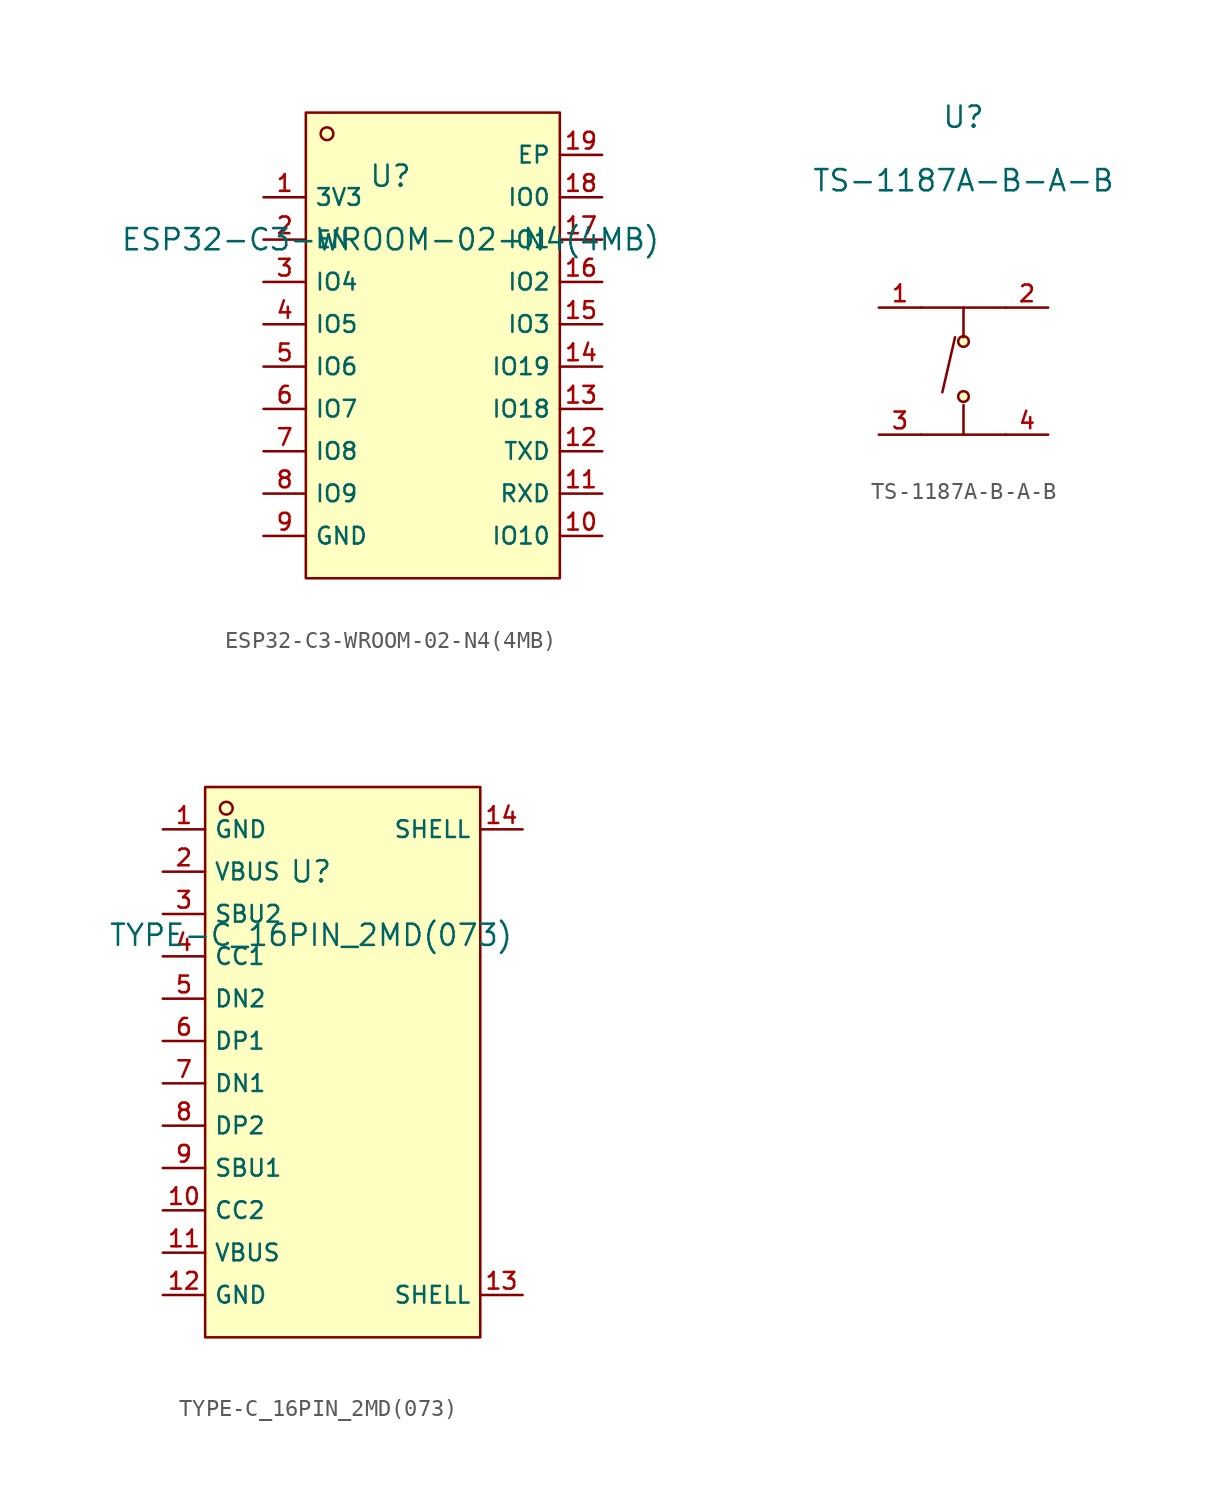
<source format=kicad_sym>
(kicad_symbol_lib
  (version 20211014)
  (generator kicad_symbol_editor)
  (symbol "ESP32-C3-WROOM-02-N4(4MB)"
    (property "Reference" "U"
      (at 0 1.27 0)
      (effects (font (size 1.27 1.27))))
    (property "Value" "ESP32-C3-WROOM-02-N4(4MB)"
      (at 0 -2.54 0)
      (effects (font (size 1.27 1.27))))
    (symbol "ESP32-C3-WROOM-02-N4(4MB)_0_0"
      (rectangle (start -5.08 5.08) (end 10.16 -22.86) (stroke (width 0) (type default) (color 0 0 0 0)) (fill (type background)))
      (circle (center -3.81 3.81) (radius 0.381) (stroke (width 0) (type default) (color 0 0 0 0)) (fill (type background)))
      (pin unspecified line (at -7.62 0 0) (length 2.54) (name "3V3" (effects (font (size 1 1)))) (number "1" (effects (font (size 1 1)))))
      (pin unspecified line (at 12.7 -20.32 180) (length 2.54) (name "IO10" (effects (font (size 1 1)))) (number "10" (effects (font (size 1 1)))))
      (pin unspecified line (at 12.7 -17.78 180) (length 2.54) (name "RXD" (effects (font (size 1 1)))) (number "11" (effects (font (size 1 1)))))
      (pin unspecified line (at 12.7 -15.24 180) (length 2.54) (name "TXD" (effects (font (size 1 1)))) (number "12" (effects (font (size 1 1)))))
      (pin unspecified line (at 12.7 -12.7 180) (length 2.54) (name "IO18" (effects (font (size 1 1)))) (number "13" (effects (font (size 1 1)))))
      (pin unspecified line (at 12.7 -10.16 180) (length 2.54) (name "IO19" (effects (font (size 1 1)))) (number "14" (effects (font (size 1 1)))))
      (pin unspecified line (at 12.7 -7.62 180) (length 2.54) (name "IO3" (effects (font (size 1 1)))) (number "15" (effects (font (size 1 1)))))
      (pin unspecified line (at 12.7 -5.08 180) (length 2.54) (name "IO2" (effects (font (size 1 1)))) (number "16" (effects (font (size 1 1)))))
      (pin unspecified line (at 12.7 -2.54 180) (length 2.54) (name "IO1" (effects (font (size 1 1)))) (number "17" (effects (font (size 1 1)))))
      (pin unspecified line (at 12.7 0 180) (length 2.54) (name "IO0" (effects (font (size 1 1)))) (number "18" (effects (font (size 1 1)))))
      (pin unspecified line (at 12.7 2.54 180) (length 2.54) (name "EP" (effects (font (size 1 1)))) (number "19" (effects (font (size 1 1)))))
      (pin unspecified line (at -7.62 -2.54 0) (length 2.54) (name "EN" (effects (font (size 1 1)))) (number "2" (effects (font (size 1 1)))))
      (pin unspecified line (at -7.62 -5.08 0) (length 2.54) (name "IO4" (effects (font (size 1 1)))) (number "3" (effects (font (size 1 1)))))
      (pin unspecified line (at -7.62 -7.62 0) (length 2.54) (name "IO5" (effects (font (size 1 1)))) (number "4" (effects (font (size 1 1)))))
      (pin unspecified line (at -7.62 -10.16 0) (length 2.54) (name "IO6" (effects (font (size 1 1)))) (number "5" (effects (font (size 1 1)))))
      (pin unspecified line (at -7.62 -12.7 0) (length 2.54) (name "IO7" (effects (font (size 1 1)))) (number "6" (effects (font (size 1 1)))))
      (pin unspecified line (at -7.62 -15.24 0) (length 2.54) (name "IO8" (effects (font (size 1 1)))) (number "7" (effects (font (size 1 1)))))
      (pin unspecified line (at -7.62 -17.78 0) (length 2.54) (name "IO9" (effects (font (size 1 1)))) (number "8" (effects (font (size 1 1)))))
      (pin unspecified line (at -7.62 -20.32 0) (length 2.54) (name "GND" (effects (font (size 1 1)))) (number "9" (effects (font (size 1 1)))))))
  (symbol "TS-1187A-B-A-B"
    (pin_names hide)
    (property "Reference" "U"
      (at 0 1.27 0)
      (effects (font (size 1.27 1.27))))
    (property "Value" "TS-1187A-B-A-B"
      (at 0 -2.54 0)
      (effects (font (size 1.27 1.27))))
    (symbol "TS-1187A-B-A-B_0_0"
      (polyline (pts (xy -2.54 -17.78) (xy 2.54 -17.78)) (stroke (width 0) (type default) (color 0 0 0 0)) (fill (type none)))
      (polyline (pts (xy -2.54 -10.16) (xy 2.54 -10.16)) (stroke (width 0) (type default) (color 0 0 0 0)) (fill (type none)))
      (circle (center 0.0 -12.192) (radius 0.318) (stroke (width 0) (type default) (color 0 0 0 0)) (fill (type background)))
      (circle (center 0.0 -15.494) (radius 0.318) (stroke (width 0) (type default) (color 0 0 0 0)) (fill (type background)))
      (polyline (pts (xy 0.0 -11.938) (xy 0.0 -10.16)) (stroke (width 0) (type default) (color 0 0 0 0)) (fill (type none)))
      (polyline (pts (xy 0.0 -16.002) (xy 0.0 -17.78)) (stroke (width 0) (type default) (color 0 0 0 0)) (fill (type none)))
      (polyline (pts (xy -0.508 -11.938) (xy -1.27 -15.24)) (stroke (width 0) (type default) (color 0 0 0 0)) (fill (type none)))
      (pin unspecified line (at 5.08 -10.16 180) (length 2.54) (name "B" (effects (font (size 1 1)))) (number "2" (effects (font (size 1 1)))))
      (pin unspecified line (at -5.08 -10.16 0) (length 2.54) (name "A" (effects (font (size 1 1)))) (number "1" (effects (font (size 1 1)))))
      (pin unspecified line (at 5.08 -17.78 180) (length 2.54) (name "D" (effects (font (size 1 1)))) (number "4" (effects (font (size 1 1)))))
      (pin unspecified line (at -5.08 -17.78 0) (length 2.54) (name "C" (effects (font (size 1 1)))) (number "3" (effects (font (size 1 1)))))))
  (symbol "TYPE-C_16PIN_2MD(073)"
    (property "Reference" "U"
      (at 0 1.27 0)
      (effects (font (size 1.27 1.27))))
    (property "Value" "TYPE-C_16PIN_2MD(073)"
      (at 0 -2.54 0)
      (effects (font (size 1.27 1.27))))
    (symbol "TYPE-C_16PIN_2MD(073)_0_0"
      (rectangle (start -6.35 6.35) (end 10.16 -26.67) (stroke (width 0) (type default) (color 0 0 0 0)) (fill (type background)))
      (circle (center -5.08 5.08) (radius 0.381) (stroke (width 0) (type default) (color 0 0 0 0)) (fill (type background)))
      (pin unspecified line (at -8.89 3.81 0) (length 2.54) (name "GND" (effects (font (size 1 1)))) (number "1" (effects (font (size 1 1)))))
      (pin unspecified line (at -8.89 -19.05 0) (length 2.54) (name "CC2" (effects (font (size 1 1)))) (number "10" (effects (font (size 1 1)))))
      (pin unspecified line (at -8.89 -21.59 0) (length 2.54) (name "VBUS" (effects (font (size 1 1)))) (number "11" (effects (font (size 1 1)))))
      (pin unspecified line (at -8.89 -24.13 0) (length 2.54) (name "GND" (effects (font (size 1 1)))) (number "12" (effects (font (size 1 1)))))
      (pin unspecified line (at 12.7 -24.13 180) (length 2.54) (name "SHELL" (effects (font (size 1 1)))) (number "13" (effects (font (size 1 1)))))
      (pin unspecified line (at 12.7 3.81 180) (length 2.54) (name "SHELL" (effects (font (size 1 1)))) (number "14" (effects (font (size 1 1)))))
      (pin unspecified line (at -8.89 1.27 0) (length 2.54) (name "VBUS" (effects (font (size 1 1)))) (number "2" (effects (font (size 1 1)))))
      (pin unspecified line (at -8.89 -1.27 0) (length 2.54) (name "SBU2" (effects (font (size 1 1)))) (number "3" (effects (font (size 1 1)))))
      (pin unspecified line (at -8.89 -3.81 0) (length 2.54) (name "CC1" (effects (font (size 1 1)))) (number "4" (effects (font (size 1 1)))))
      (pin unspecified line (at -8.89 -6.35 0) (length 2.54) (name "DN2" (effects (font (size 1 1)))) (number "5" (effects (font (size 1 1)))))
      (pin unspecified line (at -8.89 -8.89 0) (length 2.54) (name "DP1" (effects (font (size 1 1)))) (number "6" (effects (font (size 1 1)))))
      (pin unspecified line (at -8.89 -11.43 0) (length 2.54) (name "DN1" (effects (font (size 1 1)))) (number "7" (effects (font (size 1 1)))))
      (pin unspecified line (at -8.89 -13.97 0) (length 2.54) (name "DP2" (effects (font (size 1 1)))) (number "8" (effects (font (size 1 1)))))
      (pin unspecified line (at -8.89 -16.51 0) (length 2.54) (name "SBU1" (effects (font (size 1 1)))) (number "9" (effects (font (size 1 1))))))))
</source>
